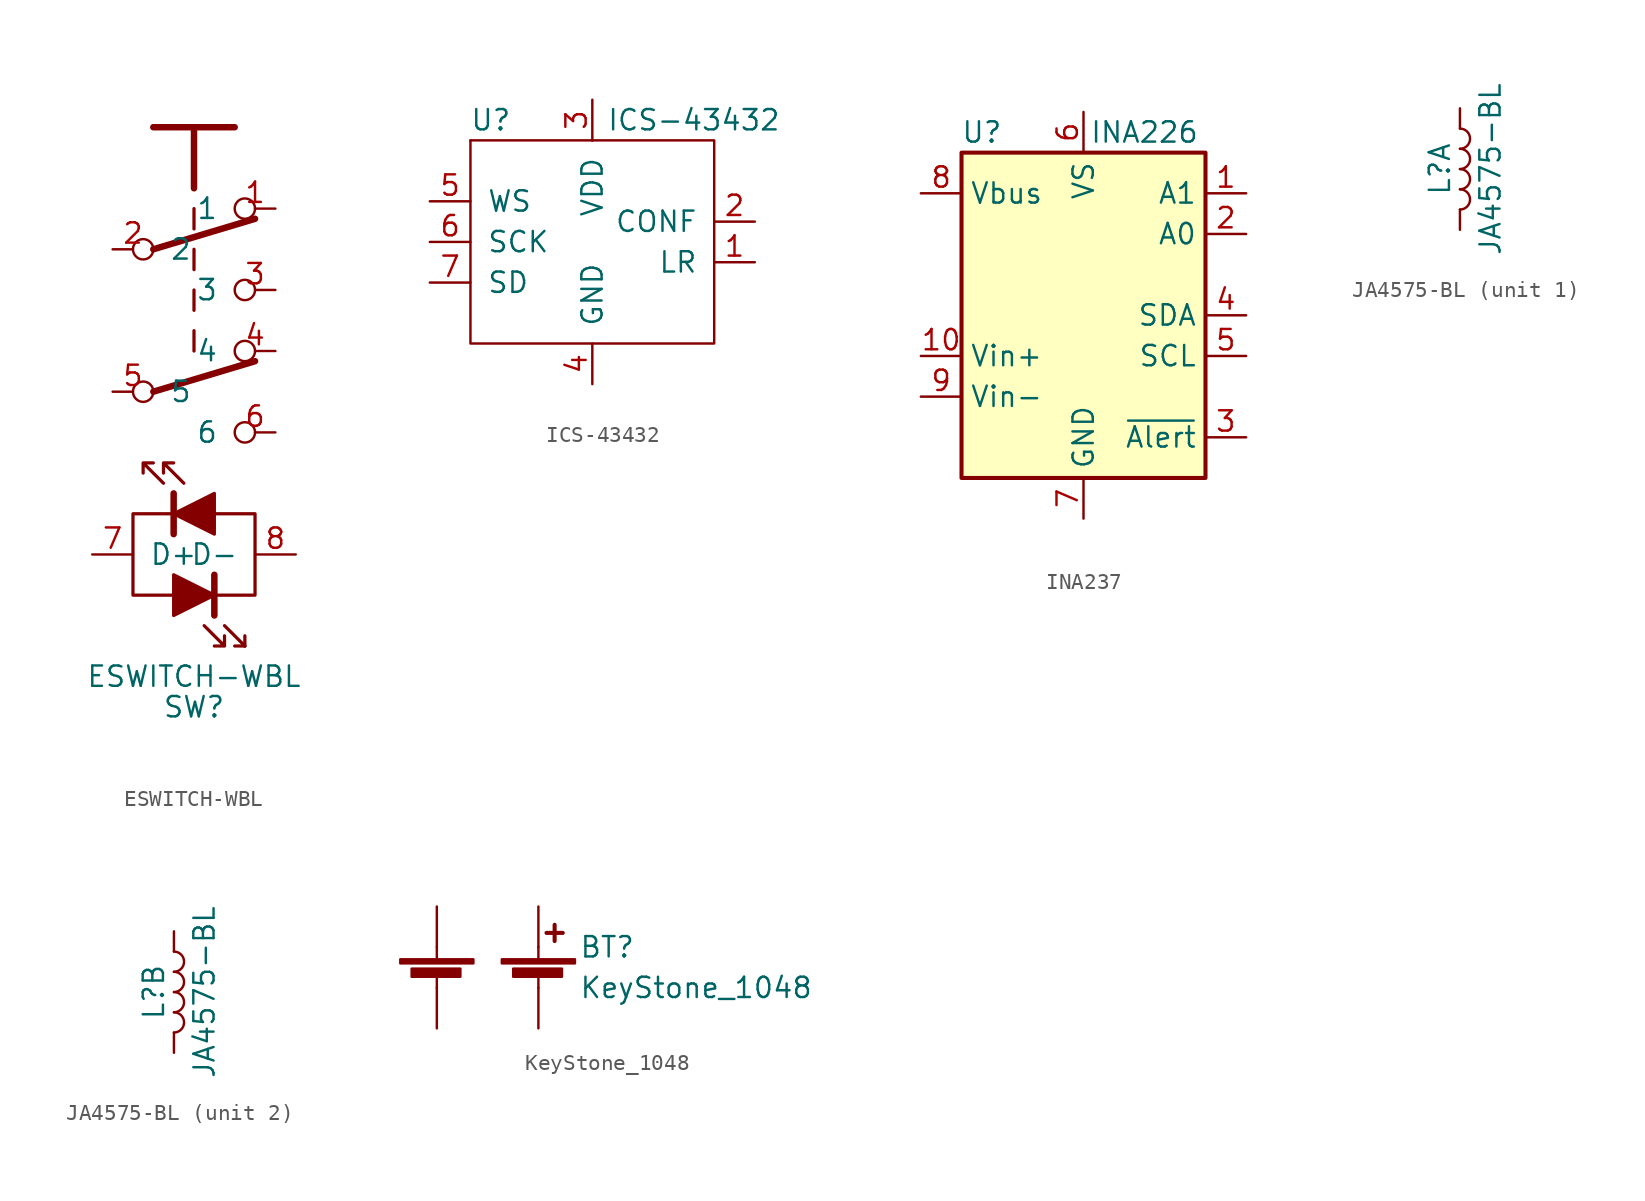
<source format=kicad_sym>
(kicad_symbol_lib
  (version 20220914)
  (generator kicad_symbol_editor)
  (symbol "ESWITCH-WBL"
    (pin_names
      (offset 1.016))
    (property "Reference" "SW"
      (at 0 -17.145 0)
      (effects (font (size 1.27 1.27))))
    (property "Value" "ESWITCH-WBL"
      (at 0 -15.24 0)
      (effects (font (size 1.27 1.27))))
    (symbol "ESWITCH-WBL_0_1"
      (polyline (pts (xy -2.54 2.54) (xy 3.81 4.445)) (stroke (width 0.406) (type default)) (fill (type none)))
      (polyline (pts (xy -2.54 11.43) (xy 3.81 13.335)) (stroke (width 0.406) (type default)) (fill (type none)))
      (polyline (pts (xy -2.54 19.05) (xy 2.54 19.05)) (stroke (width 0.406) (type default)) (fill (type none)))
      (polyline (pts (xy -1.27 -3.81) (xy -1.27 -6.35)) (stroke (width 0.406) (type default)) (fill (type none)))
      (polyline (pts (xy 0 5.08) (xy 0 6.35)) (stroke (width 0.203) (type default)) (fill (type none)))
      (polyline (pts (xy 0 7.62) (xy 0 8.89)) (stroke (width 0.203) (type default)) (fill (type none)))
      (polyline (pts (xy 0 10.16) (xy 0 11.43)) (stroke (width 0.203) (type default)) (fill (type none)))
      (polyline (pts (xy 0 12.7) (xy 0 13.97)) (stroke (width 0.203) (type default)) (fill (type none)))
      (polyline (pts (xy 0 15.24) (xy 0 19.05)) (stroke (width 0.406) (type default)) (fill (type none)))
      (polyline (pts (xy 1.27 -8.89) (xy 1.27 -11.43)) (stroke (width 0.406) (type default)) (fill (type none)))
      (polyline (pts (xy 1.905 -12.065) (xy 3.175 -13.335)) (stroke (width 0.203) (type default)) (fill (type none)))
      (polyline (pts (xy 3.175 -13.335) (xy 2.54 -13.335)) (stroke (width 0.203) (type default)) (fill (type none)))
      (polyline (pts (xy 3.175 -13.335) (xy 3.175 -12.7)) (stroke (width 0.203) (type default)) (fill (type none)))
      (polyline (pts (xy -1.27 -8.89) (xy -1.27 -11.43) (xy 1.27 -10.16) (xy -1.27 -8.89)) (stroke (width 0.203) (type default)) (fill (type outline)))
      (polyline (pts (xy 1.27 -6.35) (xy 1.27 -3.81) (xy -1.27 -5.08) (xy 1.27 -6.35)) (stroke (width 0.203) (type default)) (fill (type outline)))
      (polyline (pts (xy -1.905 -3.175) (xy -3.175 -1.905) (xy -3.175 -2.54) (xy -3.175 -1.905) (xy -2.54 -1.905)) (stroke (width 0.203) (type default)) (fill (type none)))
      (polyline (pts (xy -0.635 -3.175) (xy -1.905 -1.905) (xy -1.905 -2.54) (xy -1.905 -1.905) (xy -1.27 -1.905)) (stroke (width 0.203) (type default)) (fill (type none)))
      (polyline (pts (xy 0.635 -12.065) (xy 1.905 -13.335) (xy 1.905 -12.7) (xy 1.905 -13.335) (xy 1.27 -13.335)) (stroke (width 0.203) (type default)) (fill (type none)))
      (polyline (pts (xy 1.27 -5.08) (xy 3.81 -5.08) (xy 3.81 -10.16) (xy -3.81 -10.16) (xy -3.81 -5.08) (xy -1.27 -5.08)) (stroke (width 0.203) (type default)) (fill (type none))))
    (symbol "ESWITCH-WBL_1_1"
      (pin passive inverted (at 5.08 13.97 180) (length 2.54) (name "1" (effects (font (size 1.27 1.27)))) (number "1" (effects (font (size 1.27 1.27)))))
      (pin passive inverted (at -5.08 11.43 0) (length 2.54) (name "2" (effects (font (size 1.27 1.27)))) (number "2" (effects (font (size 1.27 1.27)))))
      (pin passive inverted (at 5.08 8.89 180) (length 2.54) (name "3" (effects (font (size 1.27 1.27)))) (number "3" (effects (font (size 1.27 1.27)))))
      (pin passive inverted (at 5.08 5.08 180) (length 2.54) (name "4" (effects (font (size 1.27 1.27)))) (number "4" (effects (font (size 1.27 1.27)))))
      (pin passive inverted (at -5.08 2.54 0) (length 2.54) (name "5" (effects (font (size 1.27 1.27)))) (number "5" (effects (font (size 1.27 1.27)))))
      (pin passive inverted (at 5.08 0 180) (length 2.54) (name "6" (effects (font (size 1.27 1.27)))) (number "6" (effects (font (size 1.27 1.27)))))
      (pin passive line (at -6.35 -7.62 0) (length 2.54) (name "D+" (effects (font (size 1.27 1.27)))) (number "7" (effects (font (size 1.27 1.27)))))
      (pin passive line (at 6.35 -7.62 180) (length 2.54) (name "D-" (effects (font (size 1.27 1.27)))) (number "8" (effects (font (size 1.27 1.27)))))))
  (symbol "ICS-43432"
    (pin_names
      (offset 1.016))
    (property "Reference" "U"
      (at -6.35 7.62 0)
      (effects (font (size 1.27 1.27))))
    (property "Value" "ICS-43432"
      (at 6.35 7.62 0)
      (effects (font (size 1.27 1.27))))
    (symbol "ICS-43432_0_1"
      (polyline (pts (xy -7.62 6.35) (xy 0 6.35)) (stroke (width 0) (type default)) (fill (type none)))
      (polyline (pts (xy -7.62 6.35) (xy -7.62 -6.35) (xy 7.62 -6.35) (xy 7.62 6.35) (xy 0 6.35)) (stroke (width 0) (type default)) (fill (type none))))
    (symbol "ICS-43432_1_1"
      (pin input line (at 10.16 -1.27 180) (length 2.54) (name "LR" (effects (font (size 1.27 1.27)))) (number "1" (effects (font (size 1.27 1.27)))))
      (pin input line (at 10.16 1.27 180) (length 2.54) (name "CONF" (effects (font (size 1.27 1.27)))) (number "2" (effects (font (size 1.27 1.27)))))
      (pin input line (at 0 8.89 270) (length 2.54) (name "VDD" (effects (font (size 1.27 1.27)))) (number "3" (effects (font (size 1.27 1.27)))))
      (pin input line (at 0 -8.89 90) (length 2.54) (name "GND" (effects (font (size 1.27 1.27)))) (number "4" (effects (font (size 1.27 1.27)))))
      (pin input line (at -10.16 2.54 0) (length 2.54) (name "WS" (effects (font (size 1.27 1.27)))) (number "5" (effects (font (size 1.27 1.27)))))
      (pin input line (at -10.16 0 0) (length 2.54) (name "SCK" (effects (font (size 1.27 1.27)))) (number "6" (effects (font (size 1.27 1.27)))))
      (pin input line (at -10.16 -2.54 0) (length 2.54) (name "SD" (effects (font (size 1.27 1.27)))) (number "7" (effects (font (size 1.27 1.27)))))))
  (symbol "INA237"
    (property "Reference" "U"
      (at -6.35 11.43 0)
      (effects (font (size 1.27 1.27))))
    (property "Value" "INA226"
      (at 3.81 11.43 0)
      (effects (font (size 1.27 1.27))))
    (symbol "INA237_0_1"
      (rectangle (start 7.62 10.16) (end -7.62 -10.16) (stroke (width 0.254) (type default)) (fill (type background))))
    (symbol "INA237_1_1"
      (pin input line (at 10.16 7.62 180) (length 2.54) (name "A1" (effects (font (size 1.27 1.27)))) (number "1" (effects (font (size 1.27 1.27)))))
      (pin input line (at -10.16 -2.54 0) (length 2.54) (name "Vin+" (effects (font (size 1.27 1.27)))) (number "10" (effects (font (size 1.27 1.27)))))
      (pin input line (at 10.16 5.08 180) (length 2.54) (name "A0" (effects (font (size 1.27 1.27)))) (number "2" (effects (font (size 1.27 1.27)))))
      (pin open_collector line (at 10.16 -7.62 180) (length 2.54) (name "~{Alert}" (effects (font (size 1.27 1.27)))) (number "3" (effects (font (size 1.27 1.27)))))
      (pin bidirectional line (at 10.16 0 180) (length 2.54) (name "SDA" (effects (font (size 1.27 1.27)))) (number "4" (effects (font (size 1.27 1.27)))))
      (pin input line (at 10.16 -2.54 180) (length 2.54) (name "SCL" (effects (font (size 1.27 1.27)))) (number "5" (effects (font (size 1.27 1.27)))))
      (pin power_in line (at 0 12.7 270) (length 2.54) (name "VS" (effects (font (size 1.27 1.27)))) (number "6" (effects (font (size 1.27 1.27)))))
      (pin power_in line (at 0 -12.7 90) (length 2.54) (name "GND" (effects (font (size 1.27 1.27)))) (number "7" (effects (font (size 1.27 1.27)))))
      (pin input line (at -10.16 7.62 0) (length 2.54) (name "Vbus" (effects (font (size 1.27 1.27)))) (number "8" (effects (font (size 1.27 1.27)))))
      (pin input line (at -10.16 -5.08 0) (length 2.54) (name "Vin-" (effects (font (size 1.27 1.27)))) (number "9" (effects (font (size 1.27 1.27)))))))
  (symbol "JA4575-BL"
    (pin_numbers hide)
    (pin_names
      (offset 1.016) hide)
    (property "Reference" "L"
      (at -1.27 0 90)
      (effects (font (size 1.27 1.27))))
    (property "Value" "JA4575-BL"
      (at 1.905 0 90)
      (effects (font (size 1.27 1.27))))
    (symbol "JA4575-BL_0_1"
      (arc (start 0 -2.54) (mid 0.6323 -1.905) (end 0 -1.27) (stroke (width 0) (type default)) (fill (type none)))
      (arc (start 0 -1.27) (mid 0.6323 -0.635) (end 0 0) (stroke (width 0) (type default)) (fill (type none)))
      (arc (start 0 0) (mid 0.6323 0.635) (end 0 1.27) (stroke (width 0) (type default)) (fill (type none)))
      (arc (start 0 1.27) (mid 0.6323 1.905) (end 0 2.54) (stroke (width 0) (type default)) (fill (type none))))
    (symbol "JA4575-BL_1_1"
      (pin passive line (at 0 3.81 270) (length 1.27) (name "1" (effects (font (size 1.27 1.27)))) (number "1" (effects (font (size 1.27 1.27)))))
      (pin passive line (at 0 -3.81 90) (length 1.27) (name "2" (effects (font (size 1.27 1.27)))) (number "2" (effects (font (size 1.27 1.27))))))
    (symbol "JA4575-BL_2_1"
      (pin passive line (at 0 3.81 270) (length 1.27) (name "3" (effects (font (size 1.27 1.27)))) (number "3" (effects (font (size 1.27 1.27)))))
      (pin passive line (at 0 -3.81 90) (length 1.27) (name "4" (effects (font (size 1.27 1.27)))) (number "4" (effects (font (size 1.27 1.27)))))))
  (symbol "KeyStone_1048"
    (pin_numbers hide)
    (pin_names
      (offset 0) hide)
    (property "Reference" "BT"
      (at 2.54 2.54 0)
      (effects (font (size 1.27 1.27)) (justify left)))
    (property "Value" "KeyStone_1048"
      (at 2.54 0 0)
      (effects (font (size 1.27 1.27)) (justify left)))
    (symbol "KeyStone_1048_0_1"
      (rectangle (start -8.636 1.778) (end -4.064 1.524) (stroke (width 0) (type default)) (fill (type outline)))
      (rectangle (start -7.925 1.194) (end -4.877 0.686) (stroke (width 0) (type default)) (fill (type outline)))
      (rectangle (start -2.286 1.778) (end 2.286 1.524) (stroke (width 0) (type default)) (fill (type outline)))
      (rectangle (start -1.575 1.194) (end 1.473 0.686) (stroke (width 0) (type default)) (fill (type outline)))
      (polyline (pts (xy -6.35 0.762) (xy -6.35 0)) (stroke (width 0) (type default)) (fill (type none)))
      (polyline (pts (xy -6.35 1.778) (xy -6.35 2.54)) (stroke (width 0) (type default)) (fill (type none)))
      (polyline (pts (xy 0 0.762) (xy 0 0)) (stroke (width 0) (type default)) (fill (type none)))
      (polyline (pts (xy 0 1.778) (xy 0 2.54)) (stroke (width 0) (type default)) (fill (type none)))
      (polyline (pts (xy 0.508 3.429) (xy 1.524 3.429)) (stroke (width 0.254) (type default)) (fill (type none)))
      (polyline (pts (xy 1.016 3.937) (xy 1.016 2.921)) (stroke (width 0.254) (type default)) (fill (type none))))
    (symbol "KeyStone_1048_1_1"
      (pin passive line (at 0 5.08 270) (length 2.54) (name "+" (effects (font (size 1.27 1.27)))) (number "1" (effects (font (size 1.27 1.27)))))
      (pin passive line (at 0 -2.54 90) (length 2.54) (name "-" (effects (font (size 1.27 1.27)))) (number "2" (effects (font (size 1.27 1.27)))))
      (pin passive line (at -6.35 5.08 270) (length 2.54) (name "+" (effects (font (size 1.27 1.27)))) (number "3" (effects (font (size 1.27 1.27)))))
      (pin passive line (at -6.35 -2.54 90) (length 2.54) (name "-" (effects (font (size 1.27 1.27)))) (number "4" (effects (font (size 1.27 1.27))))))))
</source>
